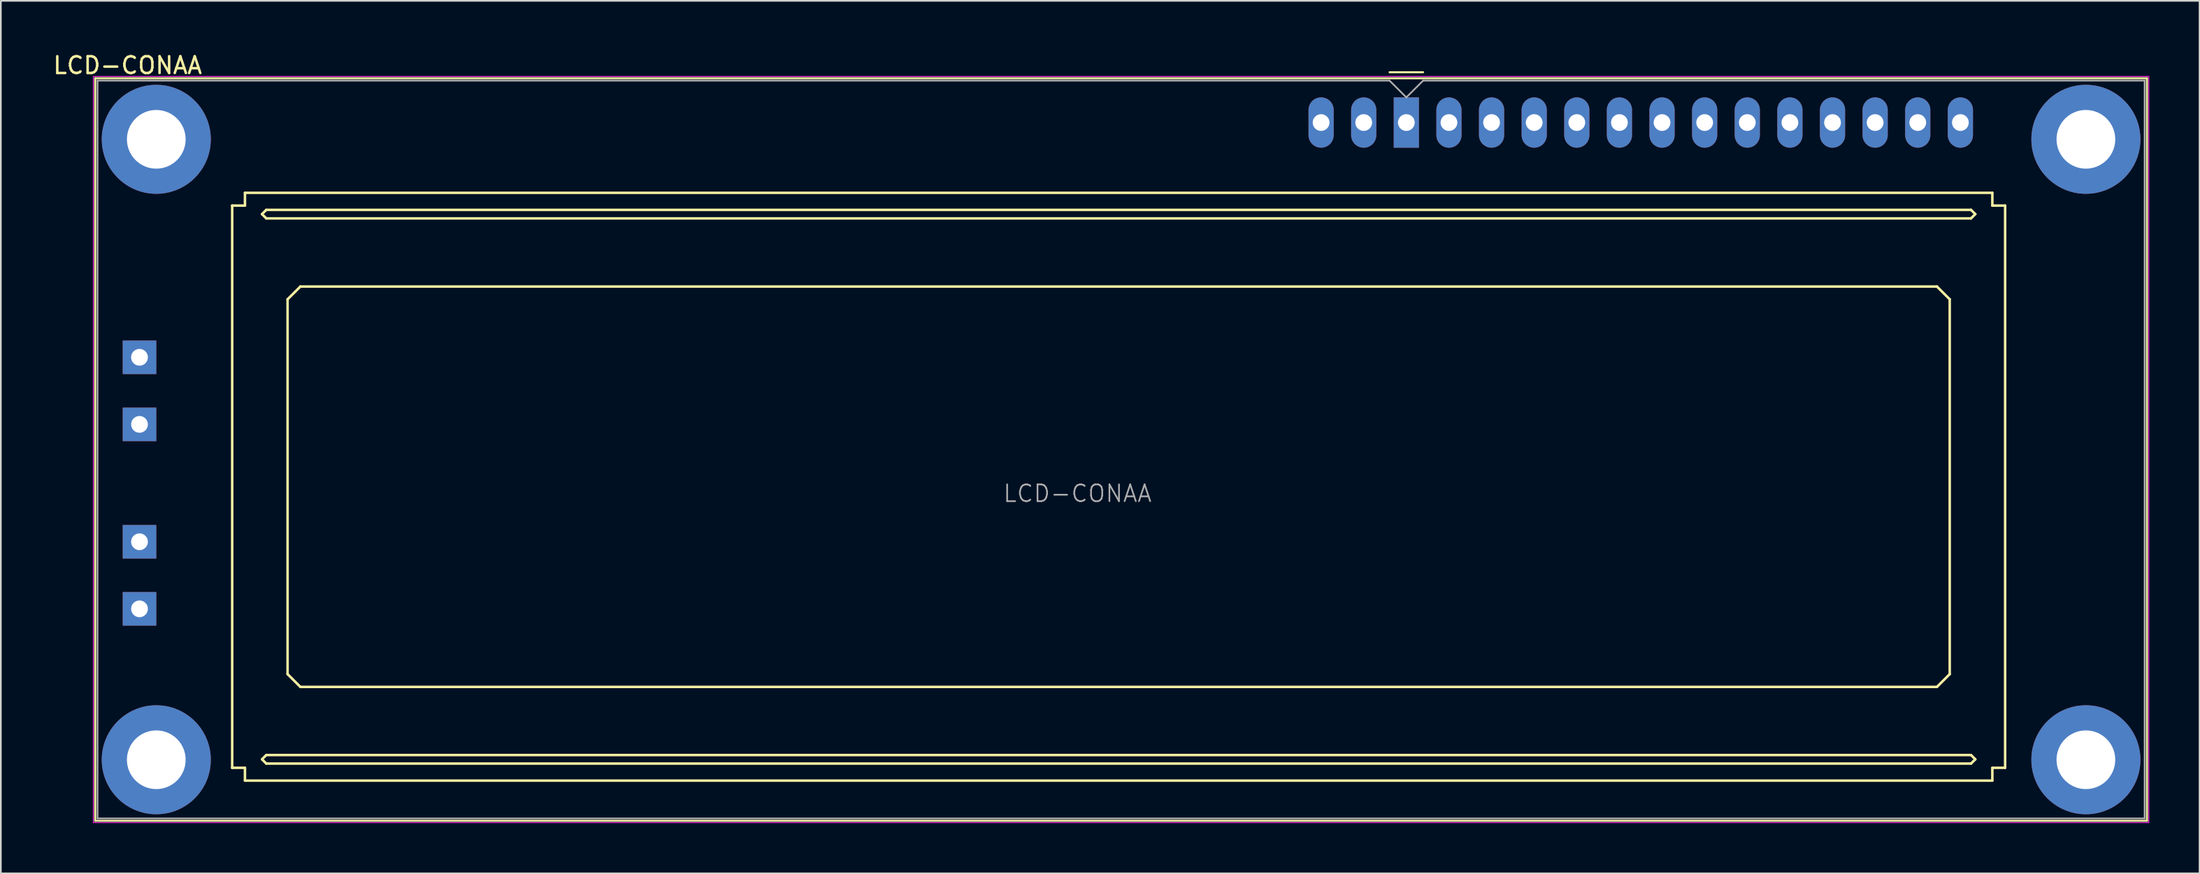
<source format=kicad_pcb>
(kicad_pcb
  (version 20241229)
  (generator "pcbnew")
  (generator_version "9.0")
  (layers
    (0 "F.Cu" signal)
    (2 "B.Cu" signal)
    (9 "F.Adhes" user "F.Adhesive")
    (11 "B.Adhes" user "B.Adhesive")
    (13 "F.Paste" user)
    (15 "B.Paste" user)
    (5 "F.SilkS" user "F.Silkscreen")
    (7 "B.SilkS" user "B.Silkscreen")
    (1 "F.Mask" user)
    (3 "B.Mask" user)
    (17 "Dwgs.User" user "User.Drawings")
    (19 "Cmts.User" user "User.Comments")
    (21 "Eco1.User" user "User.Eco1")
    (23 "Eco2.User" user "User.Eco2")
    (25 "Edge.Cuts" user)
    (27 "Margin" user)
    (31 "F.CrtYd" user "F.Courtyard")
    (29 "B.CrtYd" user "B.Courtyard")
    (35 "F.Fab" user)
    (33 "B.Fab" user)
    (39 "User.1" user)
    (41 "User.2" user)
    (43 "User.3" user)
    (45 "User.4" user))
  (footprint "LCD-CONAA"
    (layer "F.Cu")
    (at 80.764 4.258)
    (property "Reference" "LCD-CONAA" (at -76.21 -3.41 180) (layer "F.SilkS") (effects (font (size 1 1) (thickness 0.15))))
    (attr through_hole)
    (fp_line (start -78.14 -2.64) (end -78.14 41.64) (stroke (width 0.12) (type solid)) (layer "F.SilkS"))
    (fp_line (start -78.14 41.64) (end 44.14 41.64) (stroke (width 0.12) (type solid)) (layer "F.SilkS"))
    (fp_line (start -69.977 4.953) (end -69.977 38.481) (stroke (width 0.15) (type solid)) (layer "F.SilkS"))
    (fp_line (start -69.215 4.191) (end -69.215 4.953) (stroke (width 0.15) (type solid)) (layer "F.SilkS"))
    (fp_line (start -69.215 4.953) (end -69.977 4.953) (stroke (width 0.15) (type solid)) (layer "F.SilkS"))
    (fp_line (start -69.215 38.481) (end -69.977 38.481) (stroke (width 0.15) (type solid)) (layer "F.SilkS"))
    (fp_line (start -69.215 39.243) (end -69.215 38.481) (stroke (width 0.15) (type solid)) (layer "F.SilkS"))
    (fp_line (start -69.215 39.243) (end 34.925 39.243) (stroke (width 0.15) (type solid)) (layer "F.SilkS"))
    (fp_line (start -68.199 5.461) (end -67.945 5.715) (stroke (width 0.15) (type solid)) (layer "F.SilkS"))
    (fp_line (start -68.199 37.973) (end -67.945 38.227) (stroke (width 0.15) (type solid)) (layer "F.SilkS"))
    (fp_line (start -67.945 5.207) (end -68.199 5.461) (stroke (width 0.15) (type solid)) (layer "F.SilkS"))
    (fp_line (start -67.945 5.715) (end 33.655 5.715) (stroke (width 0.15) (type solid)) (layer "F.SilkS"))
    (fp_line (start -67.945 37.719) (end -68.199 37.973) (stroke (width 0.15) (type solid)) (layer "F.SilkS"))
    (fp_line (start -67.945 38.227) (end 33.655 38.227) (stroke (width 0.15) (type solid)) (layer "F.SilkS"))
    (fp_line (start -66.675 10.541) (end -65.913 9.779) (stroke (width 0.15) (type solid)) (layer "F.SilkS"))
    (fp_line (start -66.675 32.893) (end -66.675 10.541) (stroke (width 0.15) (type solid)) (layer "F.SilkS"))
    (fp_line (start -65.913 9.779) (end 31.623 9.779) (stroke (width 0.15) (type solid)) (layer "F.SilkS"))
    (fp_line (start -65.913 33.655) (end -66.675 32.893) (stroke (width 0.15) (type solid)) (layer "F.SilkS"))
    (fp_line (start -1 -3) (end 1 -3) (stroke (width 0.12) (type solid)) (layer "F.SilkS"))
    (fp_line (start 31.623 9.779) (end 32.385 10.541) (stroke (width 0.15) (type solid)) (layer "F.SilkS"))
    (fp_line (start 31.623 33.655) (end -65.913 33.655) (stroke (width 0.15) (type solid)) (layer "F.SilkS"))
    (fp_line (start 32.385 10.541) (end 32.385 32.893) (stroke (width 0.15) (type solid)) (layer "F.SilkS"))
    (fp_line (start 32.385 32.893) (end 31.623 33.655) (stroke (width 0.15) (type solid)) (layer "F.SilkS"))
    (fp_line (start 33.655 5.207) (end -67.945 5.207) (stroke (width 0.15) (type solid)) (layer "F.SilkS"))
    (fp_line (start 33.655 5.207) (end 33.909 5.461) (stroke (width 0.15) (type solid)) (layer "F.SilkS"))
    (fp_line (start 33.655 37.719) (end -67.945 37.719) (stroke (width 0.15) (type solid)) (layer "F.SilkS"))
    (fp_line (start 33.655 38.227) (end 33.909 37.973) (stroke (width 0.15) (type solid)) (layer "F.SilkS"))
    (fp_line (start 33.909 5.461) (end 33.655 5.715) (stroke (width 0.15) (type solid)) (layer "F.SilkS"))
    (fp_line (start 33.909 37.973) (end 33.655 37.719) (stroke (width 0.15) (type solid)) (layer "F.SilkS"))
    (fp_line (start 34.925 4.191) (end -69.215 4.191) (stroke (width 0.15) (type solid)) (layer "F.SilkS"))
    (fp_line (start 34.925 4.191) (end 34.925 4.953) (stroke (width 0.15) (type solid)) (layer "F.SilkS"))
    (fp_line (start 34.925 4.953) (end 35.687 4.953) (stroke (width 0.15) (type solid)) (layer "F.SilkS"))
    (fp_line (start 34.925 38.481) (end 34.925 39.243) (stroke (width 0.15) (type solid)) (layer "F.SilkS"))
    (fp_line (start 35.687 38.481) (end 34.925 38.481) (stroke (width 0.15) (type solid)) (layer "F.SilkS"))
    (fp_line (start 35.687 38.481) (end 35.687 4.953) (stroke (width 0.15) (type solid)) (layer "F.SilkS"))
    (fp_line (start 44.14 -2.64) (end -78.14 -2.64) (stroke (width 0.12) (type solid)) (layer "F.SilkS"))
    (fp_line (start 44.14 -2.64) (end 44.14 41.64) (stroke (width 0.12) (type solid)) (layer "F.SilkS"))
    (fp_line (start -78.25 -2.75) (end -78.25 41.75) (stroke (width 0.05) (type solid)) (layer "F.CrtYd"))
    (fp_line (start -78.25 -2.75) (end 44.25 -2.75) (stroke (width 0.05) (type solid)) (layer "F.CrtYd"))
    (fp_line (start -78.25 41.75) (end 44.25 41.75) (stroke (width 0.05) (type solid)) (layer "F.CrtYd"))
    (fp_line (start 44.25 -2.75) (end 44.25 41.75) (stroke (width 0.05) (type solid)) (layer "F.CrtYd"))
    (fp_line (start -78 -2.5) (end -1 -2.5) (stroke (width 0.1) (type solid)) (layer "F.Fab"))
    (fp_line (start -78 41.5) (end -78 -2.5) (stroke (width 0.1) (type solid)) (layer "F.Fab"))
    (fp_line (start 0 -1.5) (end -1 -2.5) (stroke (width 0.1) (type solid)) (layer "F.Fab"))
    (fp_line (start 1 -2.5) (end 0 -1.5) (stroke (width 0.1) (type solid)) (layer "F.Fab"))
    (fp_line (start 1 -2.5) (end 44 -2.5) (stroke (width 0.1) (type solid)) (layer "F.Fab"))
    (fp_line (start 44 -2.5) (end 44 41.5) (stroke (width 0.1) (type solid)) (layer "F.Fab"))
    (fp_line (start 44 41.5) (end -78 41.5) (stroke (width 0.1) (type solid)) (layer "F.Fab"))
    (fp_text user "${REFERENCE}" (at -19.6 22.12 0) (layer "F.Fab") (effects (font (size 1 1) (thickness 0.1))))
    (pad "" thru_hole circle (at -74.5 1 180) (size 6.5 6.5) (drill 3.5) (layers "*.Cu" "*.Mask"))
    (pad "" thru_hole circle (at -74.5 38 180) (size 6.5 6.5) (drill 3.5) (layers "*.Cu" "*.Mask"))
    (pad "" thru_hole circle (at 40.5 1 180) (size 6.5 6.5) (drill 3.5) (layers "*.Cu" "*.Mask"))
    (pad "" thru_hole circle (at 40.5 38 180) (size 6.5 6.5) (drill 3.5) (layers "*.Cu" "*.Mask"))
    (pad "1" thru_hole rect (at 0 0 180) (size 1.5 3) (drill 1) (layers "*.Cu" "*.Mask"))
    (pad "2" thru_hole oval (at 2.54 0 180) (size 1.5 3) (drill 1) (layers "*.Cu" "*.Mask"))
    (pad "3" thru_hole oval (at 5.08 0 180) (size 1.5 3) (drill 1) (layers "*.Cu" "*.Mask"))
    (pad "4" thru_hole oval (at 7.62 0 180) (size 1.5 3) (drill 1) (layers "*.Cu" "*.Mask"))
    (pad "5" thru_hole oval (at 10.16 0 180) (size 1.5 3) (drill 1) (layers "*.Cu" "*.Mask"))
    (pad "6" thru_hole oval (at 12.7 0 180) (size 1.5 3) (drill 1) (layers "*.Cu" "*.Mask"))
    (pad "7" thru_hole oval (at 15.24 0 180) (size 1.5 3) (drill 1) (layers "*.Cu" "*.Mask"))
    (pad "8" thru_hole oval (at 17.78 0 180) (size 1.5 3) (drill 1) (layers "*.Cu" "*.Mask"))
    (pad "9" thru_hole oval (at 20.32 0 180) (size 1.5 3) (drill 1) (layers "*.Cu" "*.Mask"))
    (pad "10" thru_hole oval (at 22.86 0 180) (size 1.5 3) (drill 1) (layers "*.Cu" "*.Mask"))
    (pad "11" thru_hole oval (at 25.4 0 180) (size 1.5 3) (drill 1) (layers "*.Cu" "*.Mask"))
    (pad "12" thru_hole oval (at 27.94 0 180) (size 1.5 3) (drill 1) (layers "*.Cu" "*.Mask"))
    (pad "13" thru_hole oval (at 30.48 0 180) (size 1.5 3) (drill 1) (layers "*.Cu" "*.Mask"))
    (pad "14" thru_hole oval (at 33.02 0 180) (size 1.5 3) (drill 1) (layers "*.Cu" "*.Mask"))
    (pad "15" thru_hole oval (at -2.54 0 180) (size 1.5 3) (drill 1) (layers "*.Cu" "*.Mask"))
    (pad "16" thru_hole oval (at -5.08 0 180) (size 1.5 3) (drill 1) (layers "*.Cu" "*.Mask"))
    (pad "A1" thru_hole rect (at -75.5 14 180) (size 2 2) (drill 1) (layers "*.Cu" "*.Mask"))
    (pad "A2" thru_hole rect (at -75.5 25 180) (size 2 2) (drill 1) (layers "*.Cu" "*.Mask"))
    (pad "K1" thru_hole rect (at -75.5 18 180) (size 2 2) (drill 1) (layers "*.Cu" "*.Mask"))
    (pad "K2" thru_hole rect (at -75.5 29 180) (size 2 2) (drill 1) (layers "*.Cu" "*.Mask")))
  (gr_rect
    (start -3 -3)
    (end 128.039 49.033)
    (stroke (width 0.1) (type default))
    (fill no)
    (layer "Edge.Cuts")))
</source>
